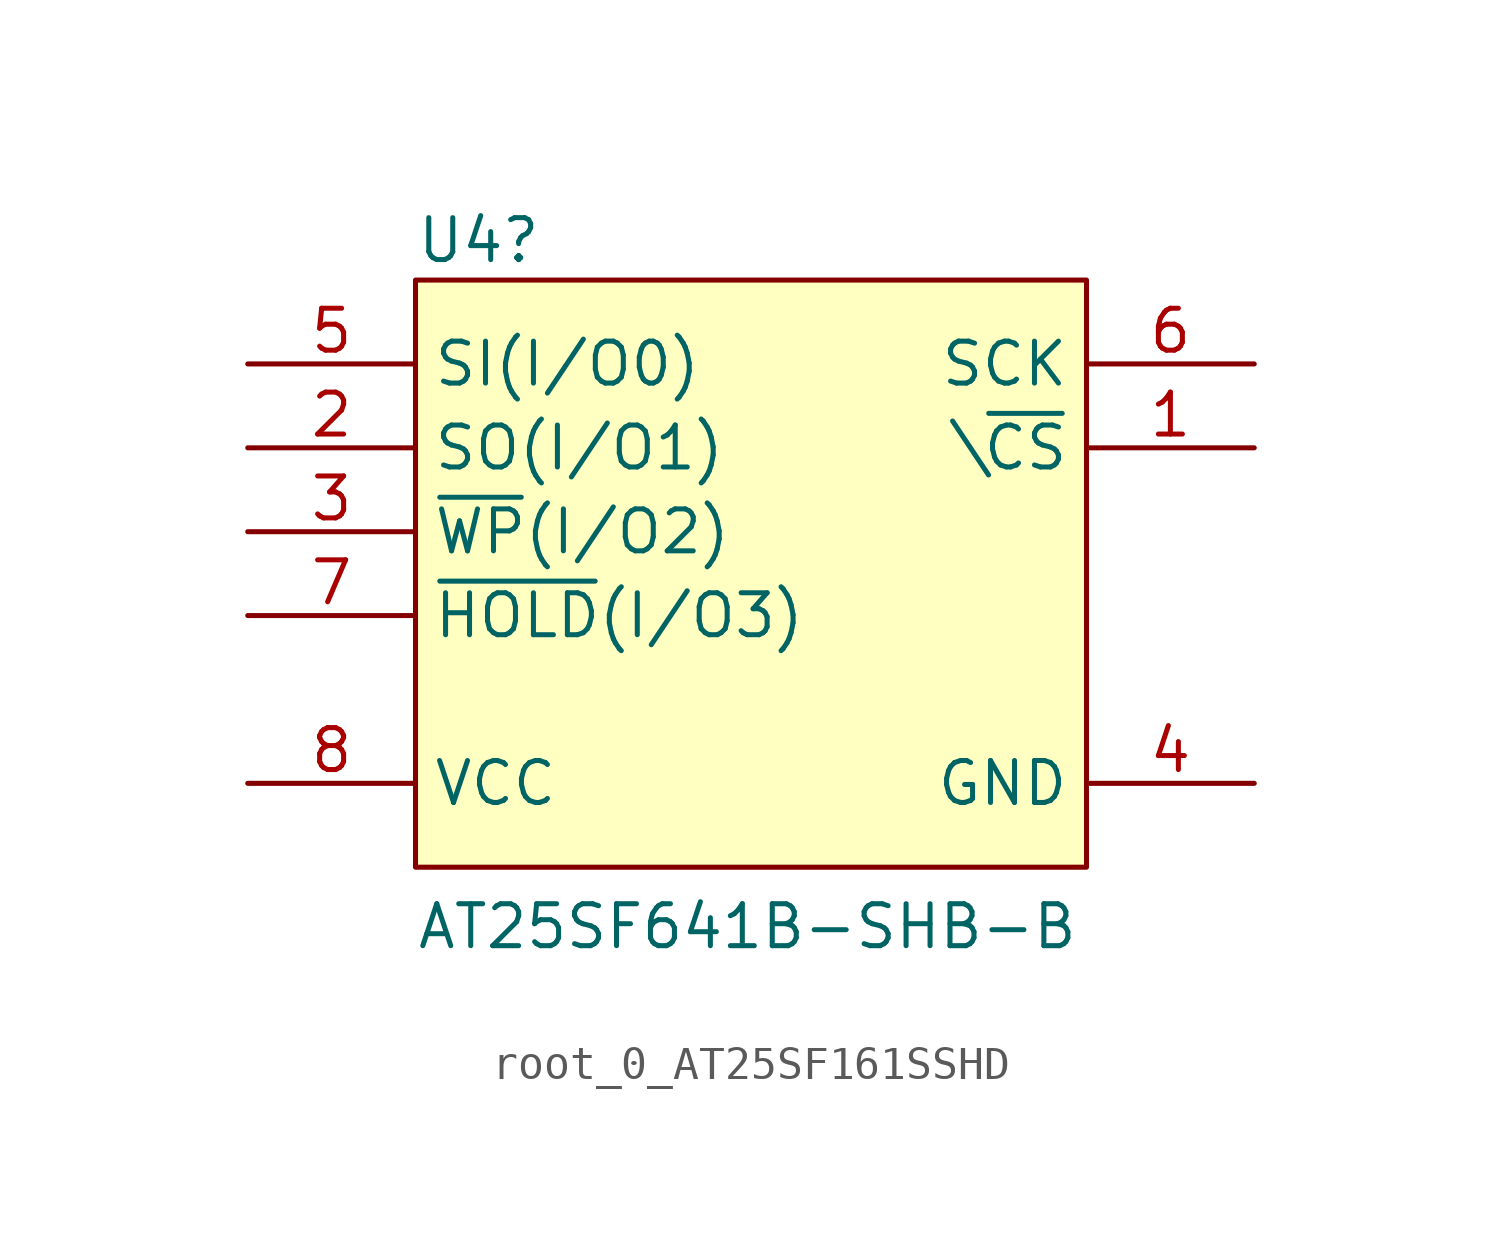
<source format=kicad_sym>
(kicad_symbol_lib
  (version 20220914)
  (generator kicad_symbol_editor)
  (symbol "root_0_AT25SF161SSHD"
    (property "Reference" "U4"
      (at 0 0.457 0)
      (effects (font (size 1.27 1.27)) (justify left bottom)))
    (property "Value" "AT25SF641B-SHB-B"
      (at 0 -20.32 0)
      (effects (font (size 1.27 1.27)) (justify left bottom)))
    (symbol "root_0_AT25SF161SSHD_1_0"
      (rectangle (start 20.32 0) (end 0 -17.78) (stroke (width 0) (type solid)) (fill (type background)))
      (pin input line (at 25.4 -5.08 180) (length 5.08) (name "\\~{CS}" (effects (font (size 1.27 1.27)))) (number "1" (effects (font (size 1.27 1.27)))))
      (pin output line (at -5.08 -5.08 0) (length 5.08) (name "SO(I/O1)" (effects (font (size 1.27 1.27)))) (number "2" (effects (font (size 1.27 1.27)))))
      (pin input line (at -5.08 -7.62 0) (length 5.08) (name "~{WP}(I/O2)" (effects (font (size 1.27 1.27)))) (number "3" (effects (font (size 1.27 1.27)))))
      (pin power_in line (at 25.4 -15.24 180) (length 5.08) (name "GND" (effects (font (size 1.27 1.27)))) (number "4" (effects (font (size 1.27 1.27)))))
      (pin input line (at -5.08 -2.54 0) (length 5.08) (name "SI(I/O0)" (effects (font (size 1.27 1.27)))) (number "5" (effects (font (size 1.27 1.27)))))
      (pin input line (at 25.4 -2.54 180) (length 5.08) (name "SCK" (effects (font (size 1.27 1.27)))) (number "6" (effects (font (size 1.27 1.27)))))
      (pin input line (at -5.08 -10.16 0) (length 5.08) (name "~{HOLD}(I/O3)" (effects (font (size 1.27 1.27)))) (number "7" (effects (font (size 1.27 1.27)))))
      (pin power_in line (at -5.08 -15.24 0) (length 5.08) (name "VCC" (effects (font (size 1.27 1.27)))) (number "8" (effects (font (size 1.27 1.27))))))))
</source>
